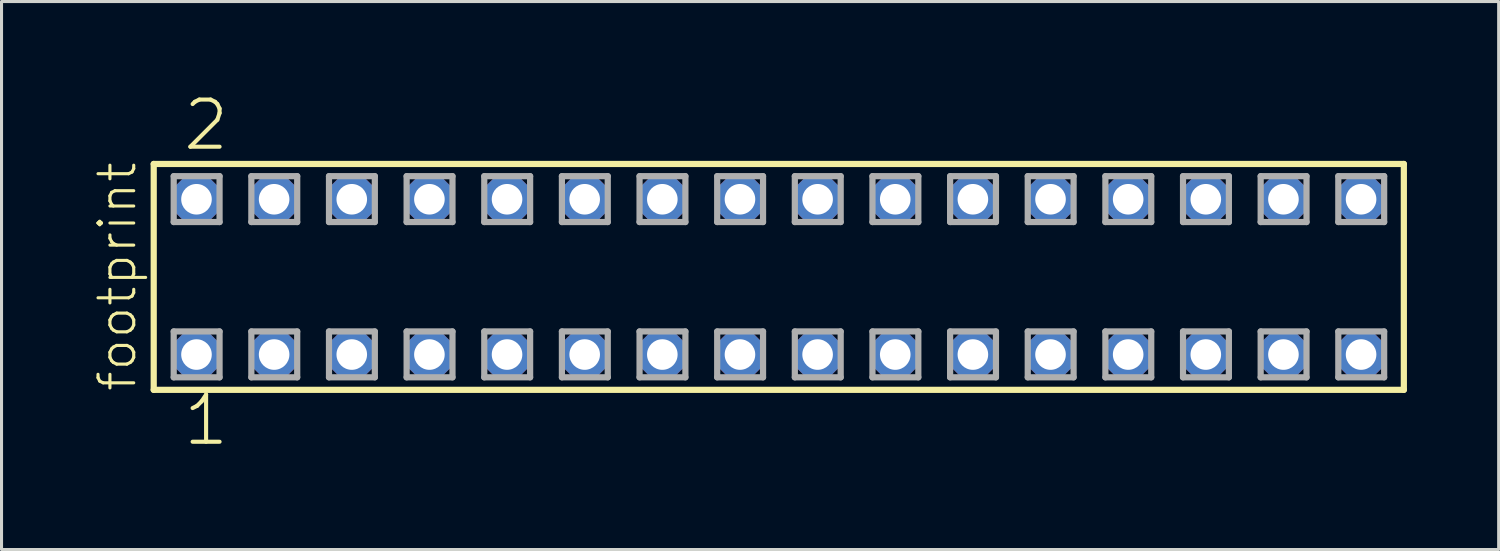
<source format=kicad_pcb>
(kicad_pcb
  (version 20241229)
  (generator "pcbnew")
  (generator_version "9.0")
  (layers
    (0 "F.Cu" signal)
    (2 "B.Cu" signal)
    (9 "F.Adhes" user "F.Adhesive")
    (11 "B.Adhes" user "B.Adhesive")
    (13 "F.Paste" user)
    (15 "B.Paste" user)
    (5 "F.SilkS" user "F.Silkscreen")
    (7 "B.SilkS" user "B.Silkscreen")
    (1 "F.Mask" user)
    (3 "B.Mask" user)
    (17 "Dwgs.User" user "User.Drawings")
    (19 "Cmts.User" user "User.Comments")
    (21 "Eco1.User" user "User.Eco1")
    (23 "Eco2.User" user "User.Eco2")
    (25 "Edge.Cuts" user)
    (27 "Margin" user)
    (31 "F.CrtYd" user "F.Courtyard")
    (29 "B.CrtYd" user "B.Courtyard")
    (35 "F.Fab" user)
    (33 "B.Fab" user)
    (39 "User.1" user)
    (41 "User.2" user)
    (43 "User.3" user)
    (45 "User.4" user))
  (footprint "footprint"
    (layer "F.Cu")
    (at 22.428 6.009)
    (property "Reference" "footprint" (at -20.955 3.81 90) (layer "F.SilkS") (effects (font (size 1.168 1.168) (thickness 0.102)) (justify left bottom)))
    (fp_line (start -20.449 -3.695) (end 20.449 -3.695) (stroke (width 0.203) (type solid)) (layer "F.SilkS"))
    (fp_line (start -20.449 3.695) (end -20.449 -3.695) (stroke (width 0.203) (type solid)) (layer "F.SilkS"))
    (fp_line (start 20.449 -3.695) (end 20.449 3.695) (stroke (width 0.203) (type solid)) (layer "F.SilkS"))
    (fp_line (start 20.449 3.695) (end -20.449 3.695) (stroke (width 0.203) (type solid)) (layer "F.SilkS"))
    (fp_line (start -19.795 -3.295) (end -18.295 -3.295) (stroke (width 0.203) (type solid)) (layer "F.Fab"))
    (fp_line (start -19.795 -1.795) (end -19.795 -3.295) (stroke (width 0.203) (type solid)) (layer "F.Fab"))
    (fp_line (start -19.795 1.785) (end -18.295 1.785) (stroke (width 0.203) (type solid)) (layer "F.Fab"))
    (fp_line (start -19.795 3.285) (end -19.795 1.785) (stroke (width 0.203) (type solid)) (layer "F.Fab"))
    (fp_line (start -18.295 -3.295) (end -18.295 -1.795) (stroke (width 0.203) (type solid)) (layer "F.Fab"))
    (fp_line (start -18.295 -1.795) (end -19.795 -1.795) (stroke (width 0.203) (type solid)) (layer "F.Fab"))
    (fp_line (start -18.295 1.785) (end -18.295 3.285) (stroke (width 0.203) (type solid)) (layer "F.Fab"))
    (fp_line (start -18.295 3.285) (end -19.795 3.285) (stroke (width 0.203) (type solid)) (layer "F.Fab"))
    (fp_line (start -17.255 -3.295) (end -15.755 -3.295) (stroke (width 0.203) (type solid)) (layer "F.Fab"))
    (fp_line (start -17.255 -1.795) (end -17.255 -3.295) (stroke (width 0.203) (type solid)) (layer "F.Fab"))
    (fp_line (start -17.255 1.785) (end -15.755 1.785) (stroke (width 0.203) (type solid)) (layer "F.Fab"))
    (fp_line (start -17.255 3.285) (end -17.255 1.785) (stroke (width 0.203) (type solid)) (layer "F.Fab"))
    (fp_line (start -15.755 -3.295) (end -15.755 -1.795) (stroke (width 0.203) (type solid)) (layer "F.Fab"))
    (fp_line (start -15.755 -1.795) (end -17.255 -1.795) (stroke (width 0.203) (type solid)) (layer "F.Fab"))
    (fp_line (start -15.755 1.785) (end -15.755 3.285) (stroke (width 0.203) (type solid)) (layer "F.Fab"))
    (fp_line (start -15.755 3.285) (end -17.255 3.285) (stroke (width 0.203) (type solid)) (layer "F.Fab"))
    (fp_line (start -14.715 -3.295) (end -13.215 -3.295) (stroke (width 0.203) (type solid)) (layer "F.Fab"))
    (fp_line (start -14.715 -1.795) (end -14.715 -3.295) (stroke (width 0.203) (type solid)) (layer "F.Fab"))
    (fp_line (start -14.715 1.785) (end -13.215 1.785) (stroke (width 0.203) (type solid)) (layer "F.Fab"))
    (fp_line (start -14.715 3.285) (end -14.715 1.785) (stroke (width 0.203) (type solid)) (layer "F.Fab"))
    (fp_line (start -13.215 -3.295) (end -13.215 -1.795) (stroke (width 0.203) (type solid)) (layer "F.Fab"))
    (fp_line (start -13.215 -1.795) (end -14.715 -1.795) (stroke (width 0.203) (type solid)) (layer "F.Fab"))
    (fp_line (start -13.215 1.785) (end -13.215 3.285) (stroke (width 0.203) (type solid)) (layer "F.Fab"))
    (fp_line (start -13.215 3.285) (end -14.715 3.285) (stroke (width 0.203) (type solid)) (layer "F.Fab"))
    (fp_line (start -12.175 -3.295) (end -10.675 -3.295) (stroke (width 0.203) (type solid)) (layer "F.Fab"))
    (fp_line (start -12.175 -1.795) (end -12.175 -3.295) (stroke (width 0.203) (type solid)) (layer "F.Fab"))
    (fp_line (start -12.175 1.785) (end -10.675 1.785) (stroke (width 0.203) (type solid)) (layer "F.Fab"))
    (fp_line (start -12.175 3.285) (end -12.175 1.785) (stroke (width 0.203) (type solid)) (layer "F.Fab"))
    (fp_line (start -10.675 -3.295) (end -10.675 -1.795) (stroke (width 0.203) (type solid)) (layer "F.Fab"))
    (fp_line (start -10.675 -1.795) (end -12.175 -1.795) (stroke (width 0.203) (type solid)) (layer "F.Fab"))
    (fp_line (start -10.675 1.785) (end -10.675 3.285) (stroke (width 0.203) (type solid)) (layer "F.Fab"))
    (fp_line (start -10.675 3.285) (end -12.175 3.285) (stroke (width 0.203) (type solid)) (layer "F.Fab"))
    (fp_line (start -9.635 -3.295) (end -8.135 -3.295) (stroke (width 0.203) (type solid)) (layer "F.Fab"))
    (fp_line (start -9.635 -1.795) (end -9.635 -3.295) (stroke (width 0.203) (type solid)) (layer "F.Fab"))
    (fp_line (start -9.635 1.785) (end -8.135 1.785) (stroke (width 0.203) (type solid)) (layer "F.Fab"))
    (fp_line (start -9.635 3.285) (end -9.635 1.785) (stroke (width 0.203) (type solid)) (layer "F.Fab"))
    (fp_line (start -8.135 -3.295) (end -8.135 -1.795) (stroke (width 0.203) (type solid)) (layer "F.Fab"))
    (fp_line (start -8.135 -1.795) (end -9.635 -1.795) (stroke (width 0.203) (type solid)) (layer "F.Fab"))
    (fp_line (start -8.135 1.785) (end -8.135 3.285) (stroke (width 0.203) (type solid)) (layer "F.Fab"))
    (fp_line (start -8.135 3.285) (end -9.635 3.285) (stroke (width 0.203) (type solid)) (layer "F.Fab"))
    (fp_line (start -7.095 -3.295) (end -5.595 -3.295) (stroke (width 0.203) (type solid)) (layer "F.Fab"))
    (fp_line (start -7.095 -1.795) (end -7.095 -3.295) (stroke (width 0.203) (type solid)) (layer "F.Fab"))
    (fp_line (start -7.095 1.785) (end -5.595 1.785) (stroke (width 0.203) (type solid)) (layer "F.Fab"))
    (fp_line (start -7.095 3.285) (end -7.095 1.785) (stroke (width 0.203) (type solid)) (layer "F.Fab"))
    (fp_line (start -5.595 -3.295) (end -5.595 -1.795) (stroke (width 0.203) (type solid)) (layer "F.Fab"))
    (fp_line (start -5.595 -1.795) (end -7.095 -1.795) (stroke (width 0.203) (type solid)) (layer "F.Fab"))
    (fp_line (start -5.595 1.785) (end -5.595 3.285) (stroke (width 0.203) (type solid)) (layer "F.Fab"))
    (fp_line (start -5.595 3.285) (end -7.095 3.285) (stroke (width 0.203) (type solid)) (layer "F.Fab"))
    (fp_line (start -4.555 -3.295) (end -3.055 -3.295) (stroke (width 0.203) (type solid)) (layer "F.Fab"))
    (fp_line (start -4.555 -1.795) (end -4.555 -3.295) (stroke (width 0.203) (type solid)) (layer "F.Fab"))
    (fp_line (start -4.555 1.785) (end -3.055 1.785) (stroke (width 0.203) (type solid)) (layer "F.Fab"))
    (fp_line (start -4.555 3.285) (end -4.555 1.785) (stroke (width 0.203) (type solid)) (layer "F.Fab"))
    (fp_line (start -3.055 -3.295) (end -3.055 -1.795) (stroke (width 0.203) (type solid)) (layer "F.Fab"))
    (fp_line (start -3.055 -1.795) (end -4.555 -1.795) (stroke (width 0.203) (type solid)) (layer "F.Fab"))
    (fp_line (start -3.055 1.785) (end -3.055 3.285) (stroke (width 0.203) (type solid)) (layer "F.Fab"))
    (fp_line (start -3.055 3.285) (end -4.555 3.285) (stroke (width 0.203) (type solid)) (layer "F.Fab"))
    (fp_line (start -2.015 -3.295) (end -0.515 -3.295) (stroke (width 0.203) (type solid)) (layer "F.Fab"))
    (fp_line (start -2.015 -1.795) (end -2.015 -3.295) (stroke (width 0.203) (type solid)) (layer "F.Fab"))
    (fp_line (start -2.015 1.785) (end -0.515 1.785) (stroke (width 0.203) (type solid)) (layer "F.Fab"))
    (fp_line (start -2.015 3.285) (end -2.015 1.785) (stroke (width 0.203) (type solid)) (layer "F.Fab"))
    (fp_line (start -0.515 -3.295) (end -0.515 -1.795) (stroke (width 0.203) (type solid)) (layer "F.Fab"))
    (fp_line (start -0.515 -1.795) (end -2.015 -1.795) (stroke (width 0.203) (type solid)) (layer "F.Fab"))
    (fp_line (start -0.515 1.785) (end -0.515 3.285) (stroke (width 0.203) (type solid)) (layer "F.Fab"))
    (fp_line (start -0.515 3.285) (end -2.015 3.285) (stroke (width 0.203) (type solid)) (layer "F.Fab"))
    (fp_line (start 0.525 -3.295) (end 2.025 -3.295) (stroke (width 0.203) (type solid)) (layer "F.Fab"))
    (fp_line (start 0.525 -1.795) (end 0.525 -3.295) (stroke (width 0.203) (type solid)) (layer "F.Fab"))
    (fp_line (start 0.525 1.785) (end 2.025 1.785) (stroke (width 0.203) (type solid)) (layer "F.Fab"))
    (fp_line (start 0.525 3.285) (end 0.525 1.785) (stroke (width 0.203) (type solid)) (layer "F.Fab"))
    (fp_line (start 2.025 -3.295) (end 2.025 -1.795) (stroke (width 0.203) (type solid)) (layer "F.Fab"))
    (fp_line (start 2.025 -1.795) (end 0.525 -1.795) (stroke (width 0.203) (type solid)) (layer "F.Fab"))
    (fp_line (start 2.025 1.785) (end 2.025 3.285) (stroke (width 0.203) (type solid)) (layer "F.Fab"))
    (fp_line (start 2.025 3.285) (end 0.525 3.285) (stroke (width 0.203) (type solid)) (layer "F.Fab"))
    (fp_line (start 3.065 -3.295) (end 4.565 -3.295) (stroke (width 0.203) (type solid)) (layer "F.Fab"))
    (fp_line (start 3.065 -1.795) (end 3.065 -3.295) (stroke (width 0.203) (type solid)) (layer "F.Fab"))
    (fp_line (start 3.065 1.785) (end 4.565 1.785) (stroke (width 0.203) (type solid)) (layer "F.Fab"))
    (fp_line (start 3.065 3.285) (end 3.065 1.785) (stroke (width 0.203) (type solid)) (layer "F.Fab"))
    (fp_line (start 4.565 -3.295) (end 4.565 -1.795) (stroke (width 0.203) (type solid)) (layer "F.Fab"))
    (fp_line (start 4.565 -1.795) (end 3.065 -1.795) (stroke (width 0.203) (type solid)) (layer "F.Fab"))
    (fp_line (start 4.565 1.785) (end 4.565 3.285) (stroke (width 0.203) (type solid)) (layer "F.Fab"))
    (fp_line (start 4.565 3.285) (end 3.065 3.285) (stroke (width 0.203) (type solid)) (layer "F.Fab"))
    (fp_line (start 5.605 -3.295) (end 7.105 -3.295) (stroke (width 0.203) (type solid)) (layer "F.Fab"))
    (fp_line (start 5.605 -1.795) (end 5.605 -3.295) (stroke (width 0.203) (type solid)) (layer "F.Fab"))
    (fp_line (start 5.605 1.785) (end 7.105 1.785) (stroke (width 0.203) (type solid)) (layer "F.Fab"))
    (fp_line (start 5.605 3.285) (end 5.605 1.785) (stroke (width 0.203) (type solid)) (layer "F.Fab"))
    (fp_line (start 7.105 -3.295) (end 7.105 -1.795) (stroke (width 0.203) (type solid)) (layer "F.Fab"))
    (fp_line (start 7.105 -1.795) (end 5.605 -1.795) (stroke (width 0.203) (type solid)) (layer "F.Fab"))
    (fp_line (start 7.105 1.785) (end 7.105 3.285) (stroke (width 0.203) (type solid)) (layer "F.Fab"))
    (fp_line (start 7.105 3.285) (end 5.605 3.285) (stroke (width 0.203) (type solid)) (layer "F.Fab"))
    (fp_line (start 8.145 -3.295) (end 9.645 -3.295) (stroke (width 0.203) (type solid)) (layer "F.Fab"))
    (fp_line (start 8.145 -1.795) (end 8.145 -3.295) (stroke (width 0.203) (type solid)) (layer "F.Fab"))
    (fp_line (start 8.145 1.785) (end 9.645 1.785) (stroke (width 0.203) (type solid)) (layer "F.Fab"))
    (fp_line (start 8.145 3.285) (end 8.145 1.785) (stroke (width 0.203) (type solid)) (layer "F.Fab"))
    (fp_line (start 9.645 -3.295) (end 9.645 -1.795) (stroke (width 0.203) (type solid)) (layer "F.Fab"))
    (fp_line (start 9.645 -1.795) (end 8.145 -1.795) (stroke (width 0.203) (type solid)) (layer "F.Fab"))
    (fp_line (start 9.645 1.785) (end 9.645 3.285) (stroke (width 0.203) (type solid)) (layer "F.Fab"))
    (fp_line (start 9.645 3.285) (end 8.145 3.285) (stroke (width 0.203) (type solid)) (layer "F.Fab"))
    (fp_line (start 10.685 -3.295) (end 12.185 -3.295) (stroke (width 0.203) (type solid)) (layer "F.Fab"))
    (fp_line (start 10.685 -1.795) (end 10.685 -3.295) (stroke (width 0.203) (type solid)) (layer "F.Fab"))
    (fp_line (start 10.685 1.785) (end 12.185 1.785) (stroke (width 0.203) (type solid)) (layer "F.Fab"))
    (fp_line (start 10.685 3.285) (end 10.685 1.785) (stroke (width 0.203) (type solid)) (layer "F.Fab"))
    (fp_line (start 12.185 -3.295) (end 12.185 -1.795) (stroke (width 0.203) (type solid)) (layer "F.Fab"))
    (fp_line (start 12.185 -1.795) (end 10.685 -1.795) (stroke (width 0.203) (type solid)) (layer "F.Fab"))
    (fp_line (start 12.185 1.785) (end 12.185 3.285) (stroke (width 0.203) (type solid)) (layer "F.Fab"))
    (fp_line (start 12.185 3.285) (end 10.685 3.285) (stroke (width 0.203) (type solid)) (layer "F.Fab"))
    (fp_line (start 13.225 -3.295) (end 14.725 -3.295) (stroke (width 0.203) (type solid)) (layer "F.Fab"))
    (fp_line (start 13.225 -1.795) (end 13.225 -3.295) (stroke (width 0.203) (type solid)) (layer "F.Fab"))
    (fp_line (start 13.225 1.785) (end 14.725 1.785) (stroke (width 0.203) (type solid)) (layer "F.Fab"))
    (fp_line (start 13.225 3.285) (end 13.225 1.785) (stroke (width 0.203) (type solid)) (layer "F.Fab"))
    (fp_line (start 14.725 -3.295) (end 14.725 -1.795) (stroke (width 0.203) (type solid)) (layer "F.Fab"))
    (fp_line (start 14.725 -1.795) (end 13.225 -1.795) (stroke (width 0.203) (type solid)) (layer "F.Fab"))
    (fp_line (start 14.725 1.785) (end 14.725 3.285) (stroke (width 0.203) (type solid)) (layer "F.Fab"))
    (fp_line (start 14.725 3.285) (end 13.225 3.285) (stroke (width 0.203) (type solid)) (layer "F.Fab"))
    (fp_line (start 15.765 -3.295) (end 17.265 -3.295) (stroke (width 0.203) (type solid)) (layer "F.Fab"))
    (fp_line (start 15.765 -1.795) (end 15.765 -3.295) (stroke (width 0.203) (type solid)) (layer "F.Fab"))
    (fp_line (start 15.765 1.785) (end 17.265 1.785) (stroke (width 0.203) (type solid)) (layer "F.Fab"))
    (fp_line (start 15.765 3.285) (end 15.765 1.785) (stroke (width 0.203) (type solid)) (layer "F.Fab"))
    (fp_line (start 17.265 -3.295) (end 17.265 -1.795) (stroke (width 0.203) (type solid)) (layer "F.Fab"))
    (fp_line (start 17.265 -1.795) (end 15.765 -1.795) (stroke (width 0.203) (type solid)) (layer "F.Fab"))
    (fp_line (start 17.265 1.785) (end 17.265 3.285) (stroke (width 0.203) (type solid)) (layer "F.Fab"))
    (fp_line (start 17.265 3.285) (end 15.765 3.285) (stroke (width 0.203) (type solid)) (layer "F.Fab"))
    (fp_line (start 18.305 -3.295) (end 19.805 -3.295) (stroke (width 0.203) (type solid)) (layer "F.Fab"))
    (fp_line (start 18.305 -1.795) (end 18.305 -3.295) (stroke (width 0.203) (type solid)) (layer "F.Fab"))
    (fp_line (start 18.305 1.785) (end 19.805 1.785) (stroke (width 0.203) (type solid)) (layer "F.Fab"))
    (fp_line (start 18.305 3.285) (end 18.305 1.785) (stroke (width 0.203) (type solid)) (layer "F.Fab"))
    (fp_line (start 19.805 -3.295) (end 19.805 -1.795) (stroke (width 0.203) (type solid)) (layer "F.Fab"))
    (fp_line (start 19.805 -1.795) (end 18.305 -1.795) (stroke (width 0.203) (type solid)) (layer "F.Fab"))
    (fp_line (start 19.805 1.785) (end 19.805 3.285) (stroke (width 0.203) (type solid)) (layer "F.Fab"))
    (fp_line (start 19.805 3.285) (end 18.305 3.285) (stroke (width 0.203) (type solid)) (layer "F.Fab"))
    (fp_text user "2" (at -19.558 -4.064 0) (layer "F.SilkS") (effects (font (size 1.542 1.542) (thickness 0.134)) (justify left bottom)))
    (fp_text user "1" (at -19.558 5.588 0) (layer "F.SilkS") (effects (font (size 1.542 1.542) (thickness 0.134)) (justify left bottom)))
    (pad "1" thru_hole roundrect (at -19.05 2.54) (size 1.5 1.5) (drill 1) (layers "*.Cu" "*.Mask") (roundrect_rratio 0.25) (chamfer_ratio 0.25) (chamfer top_left top_right bottom_left bottom_right))
    (pad "2" thru_hole roundrect (at -19.05 -2.54) (size 1.5 1.5) (drill 1) (layers "*.Cu" "*.Mask") (roundrect_rratio 0.25) (chamfer_ratio 0.25) (chamfer top_left top_right bottom_left bottom_right))
    (pad "3" thru_hole roundrect (at -16.51 2.54) (size 1.5 1.5) (drill 1) (layers "*.Cu" "*.Mask") (roundrect_rratio 0.25) (chamfer_ratio 0.25) (chamfer top_left top_right bottom_left bottom_right))
    (pad "4" thru_hole roundrect (at -16.51 -2.54) (size 1.5 1.5) (drill 1) (layers "*.Cu" "*.Mask") (roundrect_rratio 0.25) (chamfer_ratio 0.25) (chamfer top_left top_right bottom_left bottom_right))
    (pad "5" thru_hole roundrect (at -13.97 2.54) (size 1.5 1.5) (drill 1) (layers "*.Cu" "*.Mask") (roundrect_rratio 0.25) (chamfer_ratio 0.25) (chamfer top_left top_right bottom_left bottom_right))
    (pad "6" thru_hole roundrect (at -13.97 -2.54) (size 1.5 1.5) (drill 1) (layers "*.Cu" "*.Mask") (roundrect_rratio 0.25) (chamfer_ratio 0.25) (chamfer top_left top_right bottom_left bottom_right))
    (pad "7" thru_hole roundrect (at -11.43 2.54) (size 1.5 1.5) (drill 1) (layers "*.Cu" "*.Mask") (roundrect_rratio 0.25) (chamfer_ratio 0.25) (chamfer top_left top_right bottom_left bottom_right))
    (pad "8" thru_hole roundrect (at -11.43 -2.54) (size 1.5 1.5) (drill 1) (layers "*.Cu" "*.Mask") (roundrect_rratio 0.25) (chamfer_ratio 0.25) (chamfer top_left top_right bottom_left bottom_right))
    (pad "9" thru_hole roundrect (at -8.89 2.54) (size 1.5 1.5) (drill 1) (layers "*.Cu" "*.Mask") (roundrect_rratio 0.25) (chamfer_ratio 0.25) (chamfer top_left top_right bottom_left bottom_right))
    (pad "10" thru_hole roundrect (at -8.89 -2.54) (size 1.5 1.5) (drill 1) (layers "*.Cu" "*.Mask") (roundrect_rratio 0.25) (chamfer_ratio 0.25) (chamfer top_left top_right bottom_left bottom_right))
    (pad "11" thru_hole roundrect (at -6.35 2.54) (size 1.5 1.5) (drill 1) (layers "*.Cu" "*.Mask") (roundrect_rratio 0.25) (chamfer_ratio 0.25) (chamfer top_left top_right bottom_left bottom_right))
    (pad "12" thru_hole roundrect (at -6.35 -2.54) (size 1.5 1.5) (drill 1) (layers "*.Cu" "*.Mask") (roundrect_rratio 0.25) (chamfer_ratio 0.25) (chamfer top_left top_right bottom_left bottom_right))
    (pad "13" thru_hole roundrect (at -3.81 2.54) (size 1.5 1.5) (drill 1) (layers "*.Cu" "*.Mask") (roundrect_rratio 0.25) (chamfer_ratio 0.25) (chamfer top_left top_right bottom_left bottom_right))
    (pad "14" thru_hole roundrect (at -3.81 -2.54) (size 1.5 1.5) (drill 1) (layers "*.Cu" "*.Mask") (roundrect_rratio 0.25) (chamfer_ratio 0.25) (chamfer top_left top_right bottom_left bottom_right))
    (pad "15" thru_hole roundrect (at -1.27 2.54) (size 1.5 1.5) (drill 1) (layers "*.Cu" "*.Mask") (roundrect_rratio 0.25) (chamfer_ratio 0.25) (chamfer top_left top_right bottom_left bottom_right))
    (pad "16" thru_hole roundrect (at -1.27 -2.54) (size 1.5 1.5) (drill 1) (layers "*.Cu" "*.Mask") (roundrect_rratio 0.25) (chamfer_ratio 0.25) (chamfer top_left top_right bottom_left bottom_right))
    (pad "17" thru_hole roundrect (at 1.27 2.54) (size 1.5 1.5) (drill 1) (layers "*.Cu" "*.Mask") (roundrect_rratio 0.25) (chamfer_ratio 0.25) (chamfer top_left top_right bottom_left bottom_right))
    (pad "18" thru_hole roundrect (at 1.27 -2.54) (size 1.5 1.5) (drill 1) (layers "*.Cu" "*.Mask") (roundrect_rratio 0.25) (chamfer_ratio 0.25) (chamfer top_left top_right bottom_left bottom_right))
    (pad "19" thru_hole roundrect (at 3.81 2.54) (size 1.5 1.5) (drill 1) (layers "*.Cu" "*.Mask") (roundrect_rratio 0.25) (chamfer_ratio 0.25) (chamfer top_left top_right bottom_left bottom_right))
    (pad "20" thru_hole roundrect (at 3.81 -2.54) (size 1.5 1.5) (drill 1) (layers "*.Cu" "*.Mask") (roundrect_rratio 0.25) (chamfer_ratio 0.25) (chamfer top_left top_right bottom_left bottom_right))
    (pad "21" thru_hole roundrect (at 6.35 2.54) (size 1.5 1.5) (drill 1) (layers "*.Cu" "*.Mask") (roundrect_rratio 0.25) (chamfer_ratio 0.25) (chamfer top_left top_right bottom_left bottom_right))
    (pad "22" thru_hole roundrect (at 6.35 -2.54) (size 1.5 1.5) (drill 1) (layers "*.Cu" "*.Mask") (roundrect_rratio 0.25) (chamfer_ratio 0.25) (chamfer top_left top_right bottom_left bottom_right))
    (pad "23" thru_hole roundrect (at 8.89 2.54) (size 1.5 1.5) (drill 1) (layers "*.Cu" "*.Mask") (roundrect_rratio 0.25) (chamfer_ratio 0.25) (chamfer top_left top_right bottom_left bottom_right))
    (pad "24" thru_hole roundrect (at 8.89 -2.54) (size 1.5 1.5) (drill 1) (layers "*.Cu" "*.Mask") (roundrect_rratio 0.25) (chamfer_ratio 0.25) (chamfer top_left top_right bottom_left bottom_right))
    (pad "25" thru_hole roundrect (at 11.43 2.54) (size 1.5 1.5) (drill 1) (layers "*.Cu" "*.Mask") (roundrect_rratio 0.25) (chamfer_ratio 0.25) (chamfer top_left top_right bottom_left bottom_right))
    (pad "26" thru_hole roundrect (at 11.43 -2.54) (size 1.5 1.5) (drill 1) (layers "*.Cu" "*.Mask") (roundrect_rratio 0.25) (chamfer_ratio 0.25) (chamfer top_left top_right bottom_left bottom_right))
    (pad "27" thru_hole roundrect (at 13.97 2.54) (size 1.5 1.5) (drill 1) (layers "*.Cu" "*.Mask") (roundrect_rratio 0.25) (chamfer_ratio 0.25) (chamfer top_left top_right bottom_left bottom_right))
    (pad "28" thru_hole roundrect (at 13.97 -2.54) (size 1.5 1.5) (drill 1) (layers "*.Cu" "*.Mask") (roundrect_rratio 0.25) (chamfer_ratio 0.25) (chamfer top_left top_right bottom_left bottom_right))
    (pad "29" thru_hole roundrect (at 16.51 2.54) (size 1.5 1.5) (drill 1) (layers "*.Cu" "*.Mask") (roundrect_rratio 0.25) (chamfer_ratio 0.25) (chamfer top_left top_right bottom_left bottom_right))
    (pad "30" thru_hole roundrect (at 16.51 -2.54) (size 1.5 1.5) (drill 1) (layers "*.Cu" "*.Mask") (roundrect_rratio 0.25) (chamfer_ratio 0.25) (chamfer top_left top_right bottom_left bottom_right))
    (pad "31" thru_hole roundrect (at 19.05 2.54) (size 1.5 1.5) (drill 1) (layers "*.Cu" "*.Mask") (roundrect_rratio 0.25) (chamfer_ratio 0.25) (chamfer top_left top_right bottom_left bottom_right))
    (pad "32" thru_hole roundrect (at 19.05 -2.54) (size 1.5 1.5) (drill 1) (layers "*.Cu" "*.Mask") (roundrect_rratio 0.25) (chamfer_ratio 0.25) (chamfer top_left top_right bottom_left bottom_right)))
  (gr_rect
    (start -3 -3)
    (end 45.979 14.927)
    (stroke (width 0.1) (type default))
    (fill no)
    (layer "Edge.Cuts")))
</source>
